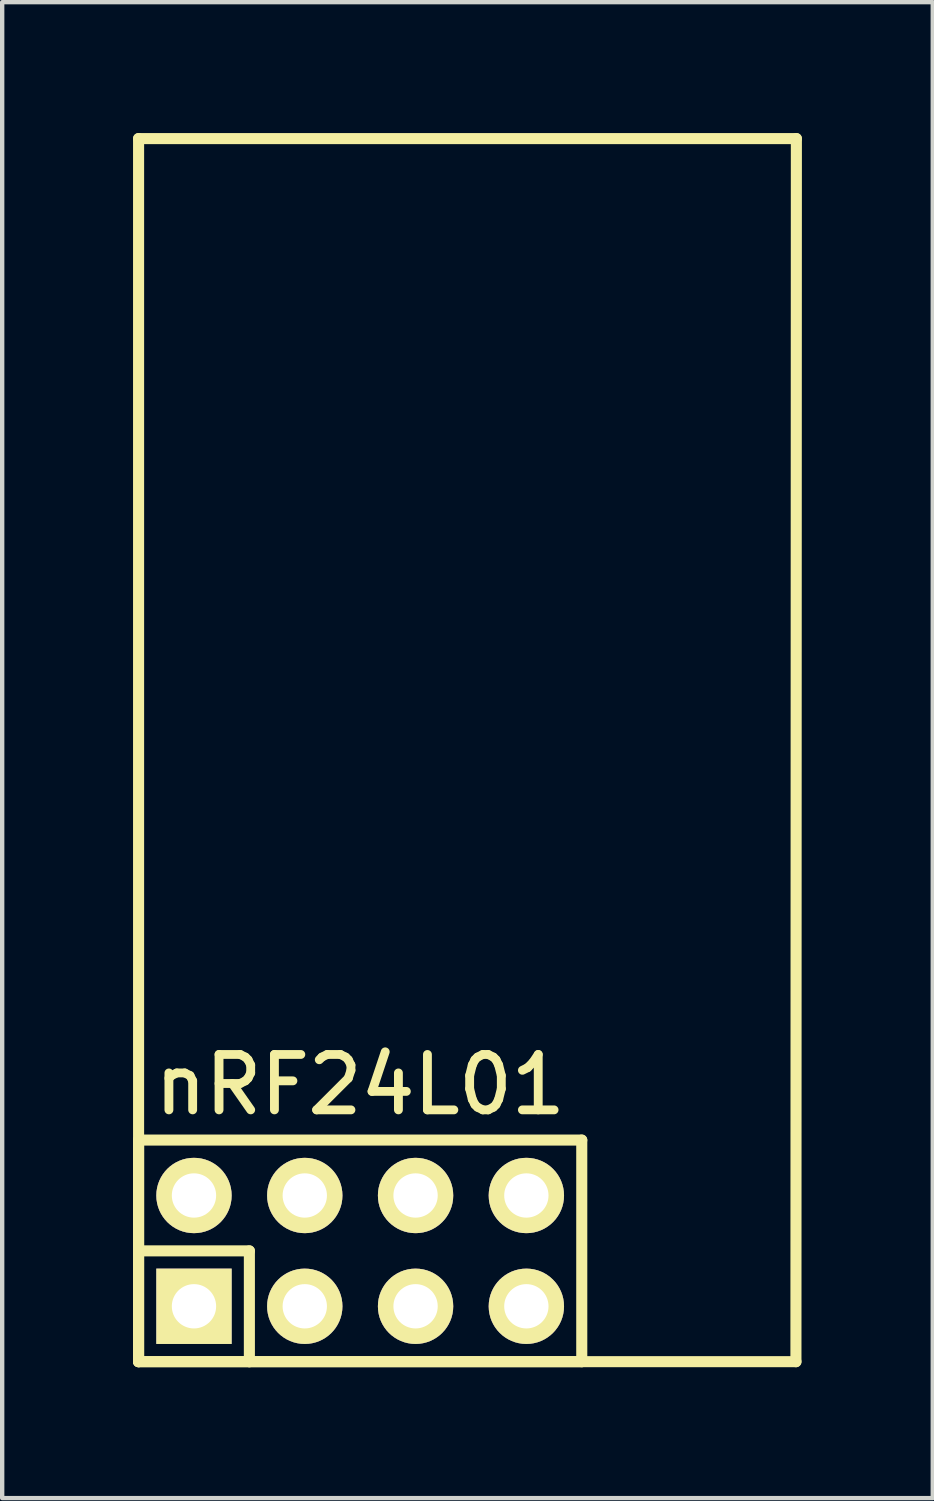
<source format=kicad_pcb>
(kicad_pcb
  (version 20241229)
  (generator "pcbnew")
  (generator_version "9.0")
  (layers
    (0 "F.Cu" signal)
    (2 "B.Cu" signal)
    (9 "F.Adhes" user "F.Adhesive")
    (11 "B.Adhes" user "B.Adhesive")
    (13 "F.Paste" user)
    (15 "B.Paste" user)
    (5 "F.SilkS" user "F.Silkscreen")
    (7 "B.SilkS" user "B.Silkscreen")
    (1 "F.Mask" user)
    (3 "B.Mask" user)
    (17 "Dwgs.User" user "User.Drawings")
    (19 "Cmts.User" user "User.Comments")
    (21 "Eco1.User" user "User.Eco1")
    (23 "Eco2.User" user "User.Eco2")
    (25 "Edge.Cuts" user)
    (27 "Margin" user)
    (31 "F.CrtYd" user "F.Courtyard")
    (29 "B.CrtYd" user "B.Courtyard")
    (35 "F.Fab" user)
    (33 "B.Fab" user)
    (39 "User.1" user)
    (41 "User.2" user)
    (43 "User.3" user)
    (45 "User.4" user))
  (footprint "nRF24L01"
    (layer "F.Cu")
    (at 5.207 25.627)
    (property "Reference" "nRF24L01" (at 0 -3.81 0) (layer "F.SilkS") (effects (font (size 1.27 1.27) (thickness 0.203))))
    (attr through_hole)
    (fp_line (start -5.08 -25.5) (end -5.08 2.54) (stroke (width 0.254) (type solid)) (layer "F.SilkS"))
    (fp_line (start -5.08 -2.54) (end -5.08 0) (stroke (width 0.254) (type solid)) (layer "F.SilkS"))
    (fp_line (start -5.08 0) (end -2.54 0) (stroke (width 0.254) (type solid)) (layer "F.SilkS"))
    (fp_line (start -5.08 2.54) (end -5.08 0) (stroke (width 0.254) (type solid)) (layer "F.SilkS"))
    (fp_line (start -5.08 2.54) (end -2.54 2.54) (stroke (width 0.254) (type solid)) (layer "F.SilkS"))
    (fp_line (start -5.08 2.54) (end 9.99 2.54) (stroke (width 0.254) (type solid)) (layer "F.SilkS"))
    (fp_line (start -2.54 0) (end -2.54 2.54) (stroke (width 0.254) (type solid)) (layer "F.SilkS"))
    (fp_line (start -2.54 2.54) (end 5.08 2.54) (stroke (width 0.254) (type solid)) (layer "F.SilkS"))
    (fp_line (start 5.08 -2.54) (end -5.08 -2.54) (stroke (width 0.254) (type solid)) (layer "F.SilkS"))
    (fp_line (start 5.08 2.54) (end 5.08 -2.54) (stroke (width 0.254) (type solid)) (layer "F.SilkS"))
    (fp_line (start 9.99 2.54) (end 10 -25.5) (stroke (width 0.254) (type solid)) (layer "F.SilkS"))
    (fp_line (start 10 -25.5) (end -5.08 -25.5) (stroke (width 0.254) (type solid)) (layer "F.SilkS"))
    (pad "1" thru_hole rect (at -3.81 1.27) (size 1.727 1.727) (drill 1.016) (layers "*.Cu" "*.Mask" "F.SilkS"))
    (pad "2" thru_hole oval (at -3.81 -1.27) (size 1.727 1.727) (drill 1.016) (layers "*.Cu" "*.Mask" "F.SilkS"))
    (pad "3" thru_hole oval (at -1.27 1.27) (size 1.727 1.727) (drill 1.016) (layers "*.Cu" "*.Mask" "F.SilkS"))
    (pad "4" thru_hole oval (at -1.27 -1.27) (size 1.727 1.727) (drill 1.016) (layers "*.Cu" "*.Mask" "F.SilkS"))
    (pad "5" thru_hole oval (at 1.27 1.27) (size 1.727 1.727) (drill 1.016) (layers "*.Cu" "*.Mask" "F.SilkS"))
    (pad "6" thru_hole oval (at 1.27 -1.27) (size 1.727 1.727) (drill 1.016) (layers "*.Cu" "*.Mask" "F.SilkS"))
    (pad "7" thru_hole oval (at 3.81 1.27) (size 1.727 1.727) (drill 1.016) (layers "*.Cu" "*.Mask" "F.SilkS"))
    (pad "8" thru_hole oval (at 3.81 -1.27) (size 1.727 1.727) (drill 1.016) (layers "*.Cu" "*.Mask" "F.SilkS")))
  (gr_rect
    (start -3 -3)
    (end 18.334 31.294)
    (stroke (width 0.1) (type default))
    (fill no)
    (layer "Edge.Cuts")))
</source>
